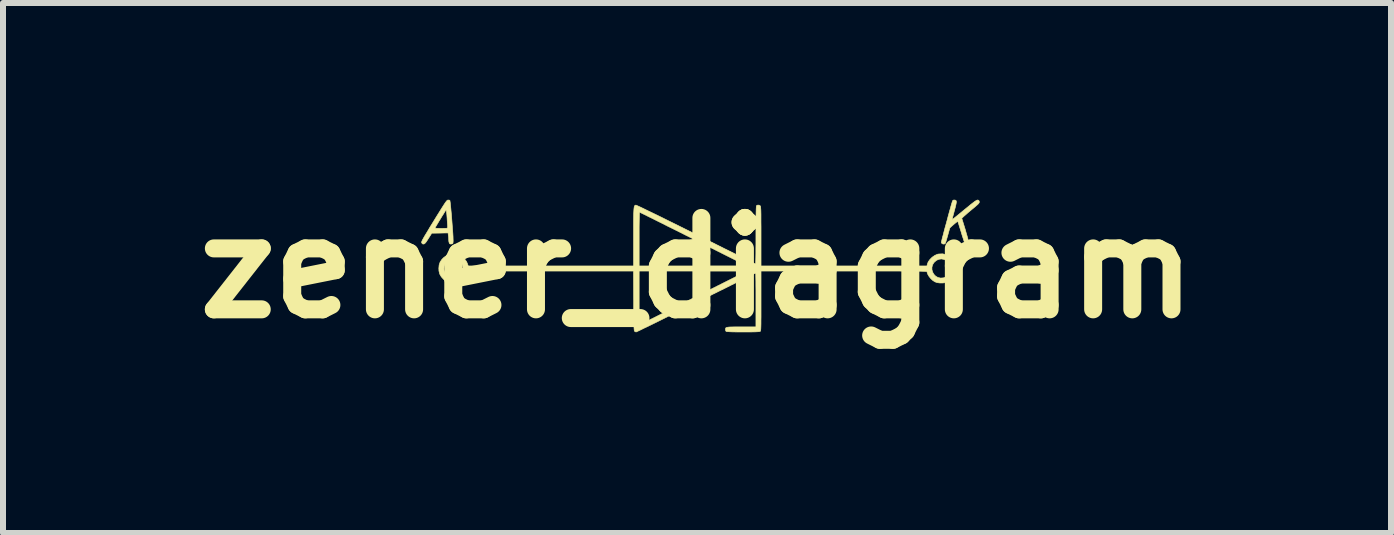
<source format=kicad_pcb>
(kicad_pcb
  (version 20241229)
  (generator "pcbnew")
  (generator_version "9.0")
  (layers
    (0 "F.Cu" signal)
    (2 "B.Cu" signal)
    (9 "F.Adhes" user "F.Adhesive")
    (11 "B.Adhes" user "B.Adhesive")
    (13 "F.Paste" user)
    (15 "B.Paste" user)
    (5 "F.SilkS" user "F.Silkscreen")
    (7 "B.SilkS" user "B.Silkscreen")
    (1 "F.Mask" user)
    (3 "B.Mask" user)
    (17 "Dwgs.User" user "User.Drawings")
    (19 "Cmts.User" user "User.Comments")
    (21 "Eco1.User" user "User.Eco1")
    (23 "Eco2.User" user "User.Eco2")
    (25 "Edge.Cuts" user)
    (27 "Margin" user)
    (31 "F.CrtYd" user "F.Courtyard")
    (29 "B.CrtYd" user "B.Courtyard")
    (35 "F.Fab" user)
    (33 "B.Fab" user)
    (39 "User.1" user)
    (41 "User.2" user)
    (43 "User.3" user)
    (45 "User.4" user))
  (footprint "zener_diagram"
    (layer "F.Cu")
    (at 8.571 1.418)
    (property "Reference" "zener_diagram" (at 0 0 0) (layer "F.SilkS") (effects (font (size 1.524 1.524) (thickness 0.3))))
    (attr through_hole)
    (fp_poly (pts (xy -4.133 -1.132) (xy -4.121 -1.127) (xy -4.119 -1.117) (xy -4.115 -1.093) (xy -4.111 -1.055) (xy -4.106 -1.008) (xy -4.101 -0.952) (xy -4.095 -0.891) (xy -4.09 -0.826) (xy -4.085 -0.76) (xy -4.08 -0.694) (xy -4.075 -0.632) (xy -4.071 -0.575) (xy -4.068 -0.525) (xy -4.067 -0.485) (xy -4.066 -0.457) (xy -4.066 -0.449) (xy -4.068 -0.422) (xy -4.072 -0.408) (xy -4.08 -0.402) (xy -4.096 -0.4) (xy -4.116 -0.4) (xy -4.127 -0.409) (xy -4.132 -0.419) (xy -4.138 -0.443) (xy -4.14 -0.471) (xy -4.14 -0.474) (xy -4.141 -0.503) (xy -4.145 -0.537) (xy -4.146 -0.545) (xy -4.151 -0.585) (xy -4.287 -0.582) (xy -4.423 -0.58) (xy -4.479 -0.491) (xy -4.504 -0.452) (xy -4.522 -0.426) (xy -4.537 -0.41) (xy -4.549 -0.402) (xy -4.558 -0.399) (xy -4.577 -0.402) (xy -4.589 -0.417) (xy -4.59 -0.418) (xy -4.592 -0.424) (xy -4.592 -0.431) (xy -4.589 -0.442) (xy -4.583 -0.456) (xy -4.573 -0.476) (xy -4.558 -0.503) (xy -4.538 -0.538) (xy -4.511 -0.582) (xy -4.478 -0.637) (xy -4.461 -0.666) (xy -4.369 -0.666) (xy -4.361 -0.664) (xy -4.339 -0.662) (xy -4.307 -0.661) (xy -4.268 -0.66) (xy -4.263 -0.66) (xy -4.219 -0.661) (xy -4.189 -0.662) (xy -4.17 -0.663) (xy -4.161 -0.667) (xy -4.157 -0.672) (xy -4.157 -0.675) (xy -4.158 -0.688) (xy -4.159 -0.715) (xy -4.162 -0.753) (xy -4.165 -0.797) (xy -4.167 -0.832) (xy -4.171 -0.886) (xy -4.175 -0.925) (xy -4.179 -0.949) (xy -4.182 -0.962) (xy -4.186 -0.964) (xy -4.187 -0.963) (xy -4.195 -0.953) (xy -4.209 -0.931) (xy -4.228 -0.9) (xy -4.251 -0.864) (xy -4.275 -0.824) (xy -4.3 -0.784) (xy -4.323 -0.745) (xy -4.343 -0.712) (xy -4.358 -0.686) (xy -4.367 -0.67) (xy -4.369 -0.666) (xy -4.461 -0.666) (xy -4.438 -0.704) (xy -4.389 -0.783) (xy -4.388 -0.785) (xy -4.339 -0.865) (xy -4.297 -0.932) (xy -4.263 -0.987) (xy -4.235 -1.031) (xy -4.213 -1.065) (xy -4.196 -1.091) (xy -4.182 -1.109) (xy -4.171 -1.122) (xy -4.163 -1.129) (xy -4.157 -1.132) (xy -4.153 -1.133) (xy -4.133 -1.132)) (stroke (width 0.01) (type solid)) (fill yes) (layer "F.SilkS"))
    (fp_poly (pts (xy 4.697 -1.128) (xy 4.704 -1.113) (xy 4.706 -1.105) (xy 4.706 -1.096) (xy 4.703 -1.087) (xy 4.695 -1.076) (xy 4.682 -1.061) (xy 4.66 -1.042) (xy 4.63 -1.016) (xy 4.589 -0.982) (xy 4.559 -0.957) (xy 4.517 -0.922) (xy 4.48 -0.889) (xy 4.449 -0.862) (xy 4.427 -0.841) (xy 4.415 -0.829) (xy 4.414 -0.826) (xy 4.422 -0.803) (xy 4.432 -0.77) (xy 4.445 -0.728) (xy 4.46 -0.68) (xy 4.475 -0.63) (xy 4.489 -0.58) (xy 4.503 -0.532) (xy 4.514 -0.491) (xy 4.523 -0.458) (xy 4.529 -0.436) (xy 4.53 -0.429) (xy 4.523 -0.41) (xy 4.507 -0.399) (xy 4.487 -0.398) (xy 4.469 -0.407) (xy 4.462 -0.417) (xy 4.457 -0.431) (xy 4.448 -0.458) (xy 4.436 -0.496) (xy 4.421 -0.541) (xy 4.406 -0.592) (xy 4.402 -0.605) (xy 4.386 -0.656) (xy 4.372 -0.701) (xy 4.361 -0.738) (xy 4.352 -0.764) (xy 4.348 -0.777) (xy 4.347 -0.778) (xy 4.34 -0.774) (xy 4.324 -0.762) (xy 4.301 -0.744) (xy 4.276 -0.723) (xy 4.252 -0.702) (xy 4.231 -0.683) (xy 4.218 -0.67) (xy 4.215 -0.666) (xy 4.211 -0.655) (xy 4.204 -0.63) (xy 4.194 -0.596) (xy 4.183 -0.554) (xy 4.178 -0.538) (xy 4.166 -0.495) (xy 4.155 -0.457) (xy 4.146 -0.428) (xy 4.14 -0.411) (xy 4.138 -0.409) (xy 4.122 -0.399) (xy 4.1 -0.4) (xy 4.083 -0.408) (xy 4.074 -0.423) (xy 4.072 -0.428) (xy 4.075 -0.439) (xy 4.081 -0.464) (xy 4.09 -0.502) (xy 4.103 -0.549) (xy 4.117 -0.604) (xy 4.133 -0.665) (xy 4.151 -0.729) (xy 4.169 -0.795) (xy 4.186 -0.86) (xy 4.203 -0.922) (xy 4.219 -0.979) (xy 4.233 -1.03) (xy 4.245 -1.071) (xy 4.254 -1.101) (xy 4.259 -1.118) (xy 4.26 -1.12) (xy 4.273 -1.132) (xy 4.295 -1.133) (xy 4.309 -1.13) (xy 4.318 -1.124) (xy 4.323 -1.112) (xy 4.323 -1.093) (xy 4.318 -1.064) (xy 4.309 -1.024) (xy 4.295 -0.97) (xy 4.289 -0.949) (xy 4.277 -0.903) (xy 4.266 -0.863) (xy 4.259 -0.832) (xy 4.254 -0.812) (xy 4.253 -0.807) (xy 4.26 -0.811) (xy 4.279 -0.825) (xy 4.307 -0.848) (xy 4.343 -0.877) (xy 4.386 -0.912) (xy 4.434 -0.952) (xy 4.456 -0.97) (xy 4.515 -1.018) (xy 4.561 -1.056) (xy 4.598 -1.085) (xy 4.626 -1.106) (xy 4.647 -1.12) (xy 4.663 -1.129) (xy 4.674 -1.133) (xy 4.68 -1.133) (xy 4.697 -1.128)) (stroke (width 0.01) (type solid)) (fill yes) (layer "F.SilkS"))
    (fp_poly (pts (xy 1.036 -1.047) (xy 1.053 -1.037) (xy 1.056 -1.032) (xy 1.059 -1.025) (xy 1.061 -1.012) (xy 1.062 -0.994) (xy 1.064 -0.969) (xy 1.065 -0.935) (xy 1.066 -0.892) (xy 1.066 -0.837) (xy 1.066 -0.771) (xy 1.067 -0.69) (xy 1.067 -0.595) (xy 1.067 -0.529) (xy 1.067 -0.034) (xy 3.833 -0.034) (xy 3.839 -0.061) (xy 3.854 -0.102) (xy 3.883 -0.142) (xy 3.92 -0.179) (xy 3.963 -0.209) (xy 4.007 -0.229) (xy 4.027 -0.233) (xy 4.094 -0.236) (xy 4.156 -0.222) (xy 4.212 -0.194) (xy 4.26 -0.153) (xy 4.291 -0.111) (xy 4.302 -0.091) (xy 4.309 -0.072) (xy 4.312 -0.049) (xy 4.314 -0.018) (xy 4.314 0.008) (xy 4.313 0.048) (xy 4.311 0.075) (xy 4.306 0.096) (xy 4.298 0.115) (xy 4.291 0.128) (xy 4.256 0.175) (xy 4.21 0.213) (xy 4.179 0.231) (xy 4.143 0.244) (xy 4.097 0.25) (xy 4.048 0.25) (xy 4.003 0.244) (xy 3.967 0.231) (xy 3.931 0.208) (xy 3.897 0.176) (xy 3.868 0.141) (xy 3.847 0.105) (xy 3.836 0.074) (xy 3.835 0.065) (xy 3.835 0.063) (xy 3.832 0.062) (xy 3.826 0.06) (xy 3.817 0.059) (xy 3.803 0.057) (xy 3.785 0.056) (xy 3.76 0.055) (xy 3.729 0.054) (xy 3.691 0.054) (xy 3.644 0.053) (xy 3.589 0.053) (xy 3.523 0.052) (xy 3.448 0.052) (xy 3.361 0.051) (xy 3.263 0.051) (xy 3.151 0.051) (xy 3.027 0.051) (xy 2.888 0.051) (xy 2.734 0.051) (xy 2.565 0.051) (xy 2.451 0.051) (xy 1.067 0.051) (xy 1.067 0.55) (xy 1.067 0.654) (xy 1.067 0.743) (xy 1.067 0.818) (xy 1.066 0.879) (xy 1.066 0.929) (xy 1.065 0.968) (xy 1.064 0.998) (xy 1.063 1.02) (xy 1.061 1.036) (xy 1.059 1.046) (xy 1.057 1.052) (xy 1.054 1.056) (xy 1.05 1.058) (xy 1.037 1.061) (xy 1.01 1.063) (xy 0.971 1.065) (xy 0.923 1.066) (xy 0.868 1.067) (xy 0.809 1.067) (xy 0.748 1.067) (xy 0.688 1.067) (xy 0.632 1.066) (xy 0.581 1.065) (xy 0.538 1.063) (xy 0.507 1.061) (xy 0.488 1.058) (xy 0.484 1.057) (xy 0.476 1.041) (xy 0.474 1.024) (xy 0.475 1.013) (xy 0.477 1.003) (xy 0.483 0.996) (xy 0.495 0.991) (xy 0.514 0.987) (xy 0.541 0.984) (xy 0.58 0.983) (xy 0.631 0.982) (xy 0.696 0.982) (xy 0.738 0.982) (xy 0.982 0.982) (xy 0.982 0.533) (xy 0.982 0.448) (xy 0.982 0.368) (xy 0.981 0.295) (xy 0.981 0.23) (xy 0.98 0.175) (xy 0.979 0.132) (xy 0.979 0.102) (xy 0.978 0.086) (xy 0.977 0.085) (xy 0.969 0.088) (xy 0.947 0.099) (xy 0.911 0.117) (xy 0.863 0.14) (xy 0.803 0.17) (xy 0.733 0.205) (xy 0.653 0.244) (xy 0.564 0.288) (xy 0.467 0.337) (xy 0.363 0.388) (xy 0.252 0.443) (xy 0.136 0.501) (xy 0.016 0.56) (xy -0.015 0.576) (xy -0.136 0.636) (xy -0.253 0.694) (xy -0.365 0.75) (xy -0.472 0.802) (xy -0.571 0.851) (xy -0.663 0.897) (xy -0.747 0.938) (xy -0.82 0.974) (xy -0.884 1.004) (xy -0.936 1.03) (xy -0.976 1.049) (xy -1.003 1.061) (xy -1.015 1.067) (xy -1.016 1.067) (xy -1.033 1.061) (xy -1.042 1.053) (xy -1.045 1.047) (xy -1.047 1.036) (xy -1.049 1.018) (xy -1.051 0.992) (xy -1.052 0.956) (xy -1.053 0.91) (xy -1.054 0.853) (xy -1.055 0.783) (xy -1.056 0.699) (xy -1.056 0.6) (xy -1.056 0.545) (xy -1.057 0.5) (xy -0.965 0.5) (xy -0.965 0.585) (xy -0.965 0.665) (xy -0.964 0.738) (xy -0.964 0.803) (xy -0.963 0.858) (xy -0.962 0.901) (xy -0.961 0.931) (xy -0.959 0.946) (xy -0.959 0.948) (xy -0.951 0.944) (xy -0.928 0.933) (xy -0.892 0.916) (xy -0.845 0.892) (xy -0.785 0.862) (xy -0.715 0.828) (xy -0.636 0.788) (xy -0.548 0.744) (xy -0.453 0.697) (xy -0.351 0.646) (xy -0.243 0.592) (xy -0.13 0.535) (xy -0.059 0.5) (xy 0.834 0.052) (xy -0.066 0.051) (xy -0.965 0.051) (xy -0.965 0.5) (xy -1.057 0.5) (xy -1.059 0.051) (xy -3.814 0.051) (xy -3.829 0.092) (xy -3.857 0.146) (xy -3.898 0.191) (xy -3.949 0.225) (xy -4.007 0.246) (xy -4.043 0.252) (xy -4.105 0.25) (xy -4.161 0.233) (xy -4.213 0.199) (xy -4.224 0.19) (xy -4.264 0.146) (xy -4.29 0.101) (xy -4.303 0.049) (xy -4.304 0.018) (xy -4.22 0.018) (xy -4.216 0.044) (xy -4.196 0.092) (xy -4.164 0.13) (xy -4.125 0.155) (xy -4.079 0.167) (xy -4.031 0.165) (xy -4.012 0.159) (xy -3.966 0.136) (xy -3.933 0.102) (xy -3.92 0.08) (xy -3.905 0.033) (xy -3.905 -0.011) (xy 3.916 -0.011) (xy 3.917 0.031) (xy 3.929 0.071) (xy 3.95 0.107) (xy 3.979 0.137) (xy 4.016 0.158) (xy 4.058 0.168) (xy 4.106 0.165) (xy 4.124 0.16) (xy 4.158 0.142) (xy 4.191 0.114) (xy 4.216 0.081) (xy 4.222 0.07) (xy 4.234 0.023) (xy 4.231 -0.021) (xy 4.216 -0.062) (xy 4.191 -0.097) (xy 4.157 -0.125) (xy 4.118 -0.143) (xy 4.075 -0.151) (xy 4.03 -0.145) (xy 3.987 -0.125) (xy 3.987 -0.124) (xy 3.95 -0.091) (xy 3.927 -0.053) (xy 3.916 -0.011) (xy -3.905 -0.011) (xy -3.905 -0.014) (xy -3.917 -0.057) (xy -3.941 -0.094) (xy -3.973 -0.123) (xy -4.012 -0.143) (xy -4.056 -0.151) (xy -4.103 -0.145) (xy -4.128 -0.136) (xy -4.168 -0.11) (xy -4.198 -0.073) (xy -4.216 -0.029) (xy -4.22 0.018) (xy -4.304 0.018) (xy -4.305 0.008) (xy -4.3 -0.05) (xy -4.283 -0.1) (xy -4.253 -0.144) (xy -4.224 -0.173) (xy -4.173 -0.21) (xy -4.118 -0.23) (xy -4.057 -0.236) (xy -4.043 -0.235) (xy -3.981 -0.222) (xy -3.925 -0.195) (xy -3.879 -0.156) (xy -3.843 -0.107) (xy -3.829 -0.075) (xy -3.814 -0.034) (xy -1.058 -0.034) (xy -1.058 -0.483) (xy -0.965 -0.483) (xy -0.965 -0.034) (xy -0.066 -0.034) (xy 0.834 -0.035) (xy -0.059 -0.483) (xy -0.174 -0.54) (xy -0.285 -0.596) (xy -0.391 -0.649) (xy -0.491 -0.698) (xy -0.583 -0.745) (xy -0.668 -0.787) (xy -0.743 -0.825) (xy -0.809 -0.857) (xy -0.864 -0.885) (xy -0.908 -0.906) (xy -0.938 -0.921) (xy -0.956 -0.929) (xy -0.959 -0.931) (xy -0.96 -0.923) (xy -0.961 -0.899) (xy -0.962 -0.862) (xy -0.963 -0.812) (xy -0.964 -0.752) (xy -0.965 -0.683) (xy -0.965 -0.606) (xy -0.965 -0.522) (xy -0.965 -0.483) (xy -1.058 -0.483) (xy -1.058 -0.519) (xy -1.058 -0.626) (xy -1.058 -0.717) (xy -1.058 -0.794) (xy -1.057 -0.858) (xy -1.056 -0.91) (xy -1.054 -0.951) (xy -1.052 -0.983) (xy -1.049 -1.007) (xy -1.046 -1.024) (xy -1.041 -1.035) (xy -1.036 -1.042) (xy -1.03 -1.046) (xy -1.022 -1.048) (xy -1.019 -1.048) (xy -1.01 -1.045) (xy -0.986 -1.034) (xy -0.948 -1.017) (xy -0.898 -0.993) (xy -0.837 -0.963) (xy -0.764 -0.928) (xy -0.681 -0.888) (xy -0.589 -0.843) (xy -0.489 -0.793) (xy -0.381 -0.74) (xy -0.266 -0.683) (xy -0.145 -0.623) (xy -0.02 -0.561) (xy -0.017 -0.559) (xy 0.104 -0.499) (xy 0.221 -0.441) (xy 0.333 -0.385) (xy 0.439 -0.332) (xy 0.538 -0.283) (xy 0.629 -0.238) (xy 0.711 -0.197) (xy 0.784 -0.161) (xy 0.847 -0.13) (xy 0.898 -0.105) (xy 0.937 -0.086) (xy 0.963 -0.073) (xy 0.975 -0.068) (xy 0.976 -0.068) (xy 0.977 -0.076) (xy 0.978 -0.1) (xy 0.979 -0.137) (xy 0.98 -0.187) (xy 0.981 -0.248) (xy 0.981 -0.318) (xy 0.982 -0.397) (xy 0.982 -0.481) (xy 0.982 -0.549) (xy 0.982 -0.658) (xy 0.983 -0.751) (xy 0.983 -0.829) (xy 0.984 -0.894) (xy 0.985 -0.945) (xy 0.986 -0.984) (xy 0.988 -1.012) (xy 0.989 -1.03) (xy 0.992 -1.039) (xy 0.992 -1.04) (xy 1.012 -1.049) (xy 1.036 -1.047)) (stroke (width 0.01) (type solid)) (fill yes) (layer "F.SilkS")))
  (gr_rect
    (start -3 -3)
    (end 20.141 5.836)
    (stroke (width 0.1) (type default))
    (fill no)
    (layer "Edge.Cuts")))
</source>
